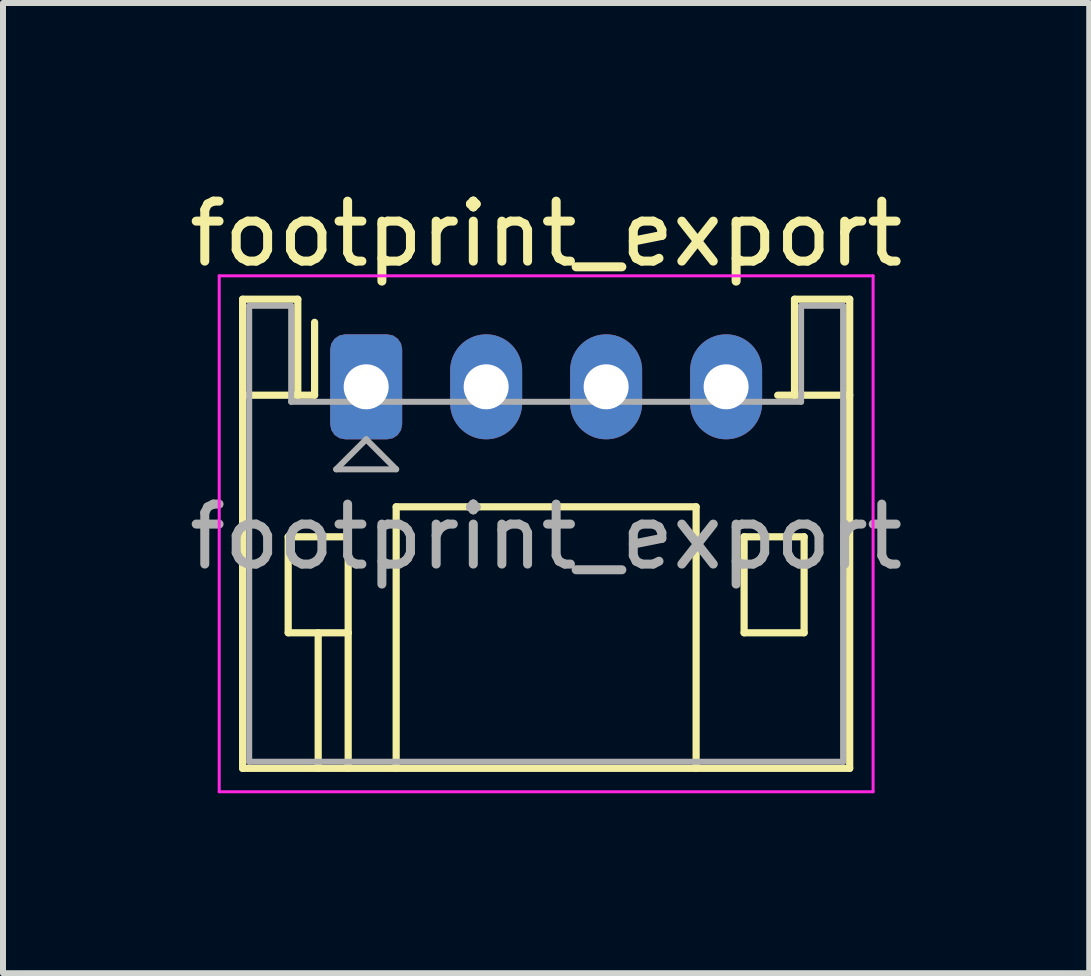
<source format=kicad_pcb>
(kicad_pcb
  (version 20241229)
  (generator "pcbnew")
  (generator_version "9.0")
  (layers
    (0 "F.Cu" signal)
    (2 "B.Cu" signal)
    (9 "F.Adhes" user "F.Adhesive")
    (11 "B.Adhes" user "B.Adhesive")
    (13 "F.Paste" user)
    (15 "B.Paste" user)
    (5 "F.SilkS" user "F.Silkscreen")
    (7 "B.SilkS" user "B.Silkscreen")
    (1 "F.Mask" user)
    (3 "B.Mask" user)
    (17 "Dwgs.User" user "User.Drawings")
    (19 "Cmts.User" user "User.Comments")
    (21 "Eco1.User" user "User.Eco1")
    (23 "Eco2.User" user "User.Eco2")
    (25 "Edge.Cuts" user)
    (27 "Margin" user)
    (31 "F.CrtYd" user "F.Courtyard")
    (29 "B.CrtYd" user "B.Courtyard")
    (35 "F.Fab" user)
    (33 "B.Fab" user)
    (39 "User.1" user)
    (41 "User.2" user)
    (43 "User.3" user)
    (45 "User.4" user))
  (footprint "footprint_export"
    (layer "F.Cu")
    (at 3.054 3.398)
    (property "Reference" "footprint_export" (at 3 -2.55 0) (layer "F.SilkS") (effects (font (size 1 1) (thickness 0.15))))
    (attr through_hole)
    (fp_line (start -2.06 -1.46) (end -2.06 6.36) (stroke (width 0.12) (type solid)) (layer "F.SilkS"))
    (fp_line (start -2.06 0.14) (end -1.14 0.14) (stroke (width 0.12) (type solid)) (layer "F.SilkS"))
    (fp_line (start -2.06 6.36) (end 8.06 6.36) (stroke (width 0.12) (type solid)) (layer "F.SilkS"))
    (fp_line (start -1.3 2.5) (end -1.3 4.1) (stroke (width 0.12) (type solid)) (layer "F.SilkS"))
    (fp_line (start -1.3 4.1) (end -0.3 4.1) (stroke (width 0.12) (type solid)) (layer "F.SilkS"))
    (fp_line (start -1.14 -1.46) (end -2.06 -1.46) (stroke (width 0.12) (type solid)) (layer "F.SilkS"))
    (fp_line (start -1.14 0.14) (end -1.14 -1.46) (stroke (width 0.12) (type solid)) (layer "F.SilkS"))
    (fp_line (start -0.86 0.14) (end -1.14 0.14) (stroke (width 0.12) (type solid)) (layer "F.SilkS"))
    (fp_line (start -0.86 0.14) (end -0.86 -1.075) (stroke (width 0.12) (type solid)) (layer "F.SilkS"))
    (fp_line (start -0.8 4.1) (end -0.8 6.36) (stroke (width 0.12) (type solid)) (layer "F.SilkS"))
    (fp_line (start -0.3 2.5) (end -1.3 2.5) (stroke (width 0.12) (type solid)) (layer "F.SilkS"))
    (fp_line (start -0.3 4.1) (end -0.3 2.5) (stroke (width 0.12) (type solid)) (layer "F.SilkS"))
    (fp_line (start -0.3 4.1) (end -0.3 6.36) (stroke (width 0.12) (type solid)) (layer "F.SilkS"))
    (fp_line (start 0.5 2) (end 5.5 2) (stroke (width 0.12) (type solid)) (layer "F.SilkS"))
    (fp_line (start 0.5 6.36) (end 0.5 2) (stroke (width 0.12) (type solid)) (layer "F.SilkS"))
    (fp_line (start 5.5 2) (end 5.5 6.36) (stroke (width 0.12) (type solid)) (layer "F.SilkS"))
    (fp_line (start 6.3 2.5) (end 7.3 2.5) (stroke (width 0.12) (type solid)) (layer "F.SilkS"))
    (fp_line (start 6.3 4.1) (end 6.3 2.5) (stroke (width 0.12) (type solid)) (layer "F.SilkS"))
    (fp_line (start 7.14 -1.46) (end 7.14 0.14) (stroke (width 0.12) (type solid)) (layer "F.SilkS"))
    (fp_line (start 7.14 0.14) (end 6.86 0.14) (stroke (width 0.12) (type solid)) (layer "F.SilkS"))
    (fp_line (start 7.3 2.5) (end 7.3 4.1) (stroke (width 0.12) (type solid)) (layer "F.SilkS"))
    (fp_line (start 7.3 4.1) (end 6.3 4.1) (stroke (width 0.12) (type solid)) (layer "F.SilkS"))
    (fp_line (start 8.06 -1.46) (end 7.14 -1.46) (stroke (width 0.12) (type solid)) (layer "F.SilkS"))
    (fp_line (start 8.06 0.14) (end 7.14 0.14) (stroke (width 0.12) (type solid)) (layer "F.SilkS"))
    (fp_line (start 8.06 6.36) (end 8.06 -1.46) (stroke (width 0.12) (type solid)) (layer "F.SilkS"))
    (fp_line (start -2.45 -1.85) (end -2.45 6.75) (stroke (width 0.05) (type solid)) (layer "F.CrtYd"))
    (fp_line (start -2.45 6.75) (end 8.45 6.75) (stroke (width 0.05) (type solid)) (layer "F.CrtYd"))
    (fp_line (start 8.45 -1.85) (end -2.45 -1.85) (stroke (width 0.05) (type solid)) (layer "F.CrtYd"))
    (fp_line (start 8.45 6.75) (end 8.45 -1.85) (stroke (width 0.05) (type solid)) (layer "F.CrtYd"))
    (fp_line (start -1.95 -1.35) (end -1.95 6.25) (stroke (width 0.1) (type solid)) (layer "F.Fab"))
    (fp_line (start -1.95 6.25) (end 7.95 6.25) (stroke (width 0.1) (type solid)) (layer "F.Fab"))
    (fp_line (start -1.25 -1.35) (end -1.95 -1.35) (stroke (width 0.1) (type solid)) (layer "F.Fab"))
    (fp_line (start -1.25 0.25) (end -1.25 -1.35) (stroke (width 0.1) (type solid)) (layer "F.Fab"))
    (fp_line (start -0.5 1.375) (end 0.5 1.375) (stroke (width 0.1) (type solid)) (layer "F.Fab"))
    (fp_line (start 0 0.875) (end -0.5 1.375) (stroke (width 0.1) (type solid)) (layer "F.Fab"))
    (fp_line (start 0.5 1.375) (end 0 0.875) (stroke (width 0.1) (type solid)) (layer "F.Fab"))
    (fp_line (start 7.25 -1.35) (end 7.25 0.25) (stroke (width 0.1) (type solid)) (layer "F.Fab"))
    (fp_line (start 7.25 0.25) (end -1.25 0.25) (stroke (width 0.1) (type solid)) (layer "F.Fab"))
    (fp_line (start 7.95 -1.35) (end 7.25 -1.35) (stroke (width 0.1) (type solid)) (layer "F.Fab"))
    (fp_line (start 7.95 6.25) (end 7.95 -1.35) (stroke (width 0.1) (type solid)) (layer "F.Fab"))
    (fp_text user "${REFERENCE}" (at 3 2.5 0) (layer "F.Fab") (effects (font (size 1 1) (thickness 0.15))))
    (pad "1" thru_hole roundrect (at 0 0) (size 1.2 1.75) (drill 0.75) (layers "*.Cu" "*.Mask") (roundrect_rratio 0.208))
    (pad "2" thru_hole oval (at 2 0) (size 1.2 1.75) (drill 0.75) (layers "*.Cu" "*.Mask"))
    (pad "3" thru_hole oval (at 4 0) (size 1.2 1.75) (drill 0.75) (layers "*.Cu" "*.Mask"))
    (pad "4" thru_hole oval (at 6 0) (size 1.2 1.75) (drill 0.75) (layers "*.Cu" "*.Mask")))
  (gr_rect
    (start -3 -3)
    (end 15.107 13.173)
    (stroke (width 0.1) (type default))
    (fill no)
    (layer "Edge.Cuts")))
</source>
